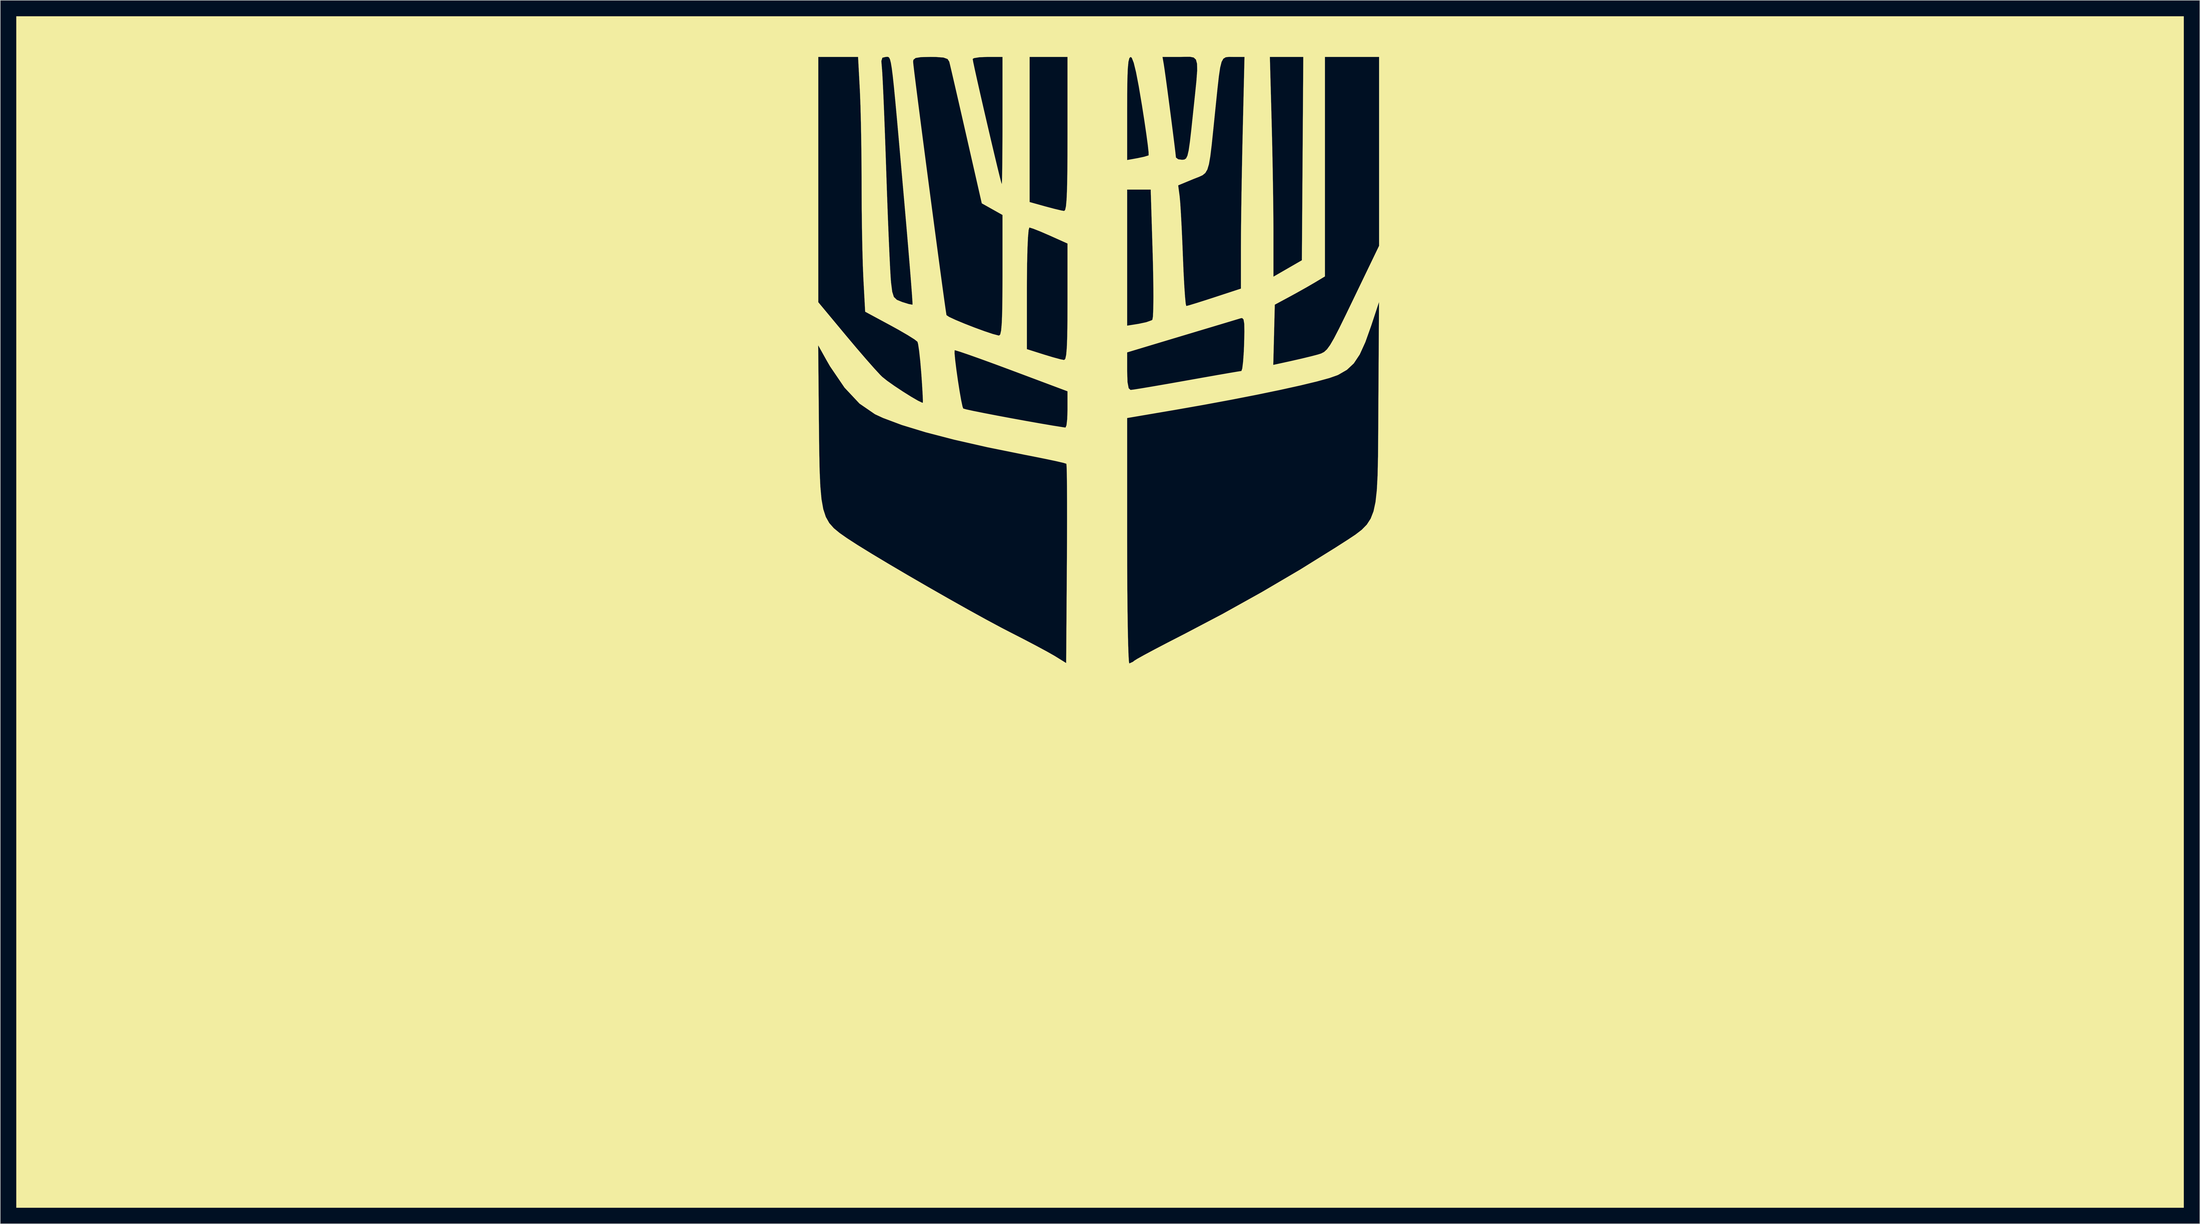
<source format=kicad_pcb>
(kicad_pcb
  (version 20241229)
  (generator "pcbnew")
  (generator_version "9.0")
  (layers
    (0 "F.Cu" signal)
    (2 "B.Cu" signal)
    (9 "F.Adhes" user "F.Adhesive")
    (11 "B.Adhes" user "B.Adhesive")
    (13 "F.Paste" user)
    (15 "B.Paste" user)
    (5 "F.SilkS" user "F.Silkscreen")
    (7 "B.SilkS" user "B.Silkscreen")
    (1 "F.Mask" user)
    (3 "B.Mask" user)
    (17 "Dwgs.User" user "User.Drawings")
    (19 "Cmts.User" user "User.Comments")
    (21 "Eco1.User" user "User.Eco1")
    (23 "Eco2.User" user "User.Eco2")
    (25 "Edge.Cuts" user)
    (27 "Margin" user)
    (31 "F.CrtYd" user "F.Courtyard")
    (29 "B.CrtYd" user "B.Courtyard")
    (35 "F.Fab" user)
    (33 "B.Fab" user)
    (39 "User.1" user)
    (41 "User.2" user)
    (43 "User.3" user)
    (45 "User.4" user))
  (footprint "logo"
    (layer "F.Cu")
    (at 203.205 111.765)
    (property "Reference" "logo" (at 0 0 0) (layer "F.SilkS") (effects (font (size 1.524 1.524) (thickness 0.3))))
    (attr through_hole)
    (fp_poly (pts (xy 203.2 111.76) (xy -203.2 111.76) (xy -203.2 -50.038) (xy -52.847 -50.038) (xy -52.712 -35.306) (xy -52.661 -30.544) (xy -52.582 -26.68) (xy -52.447 -23.596) (xy -52.227 -21.172) (xy -51.893 -19.291) (xy -51.415 -17.834) (xy -50.764 -16.682) (xy -49.911 -15.719) (xy -48.828 -14.824) (xy -47.483 -13.88) (xy -47.424 -13.84) (xy -45.489 -12.586) (xy -42.833 -10.947) (xy -39.625 -9.022) (xy -36.039 -6.91) (xy -32.244 -4.711) (xy -28.413 -2.522) (xy -24.718 -0.443) (xy -21.328 1.427) (xy -18.417 2.989) (xy -16.891 3.778) (xy -14.358 5.076) (xy -11.973 6.328) (xy -9.97 7.409) (xy -8.587 8.192) (xy -8.382 8.316) (xy -6.35 9.577) (xy -6.217 -9.006) (xy -6.192 -13.249) (xy -6.181 -17.164) (xy -6.183 -20.636) (xy -6.198 -23.552) (xy -6.224 -25.796) (xy -6.262 -27.255) (xy -6.31 -27.815) (xy -6.311 -27.816) (xy -6.864 -27.986) (xy -8.236 -28.304) (xy -10.249 -28.73) (xy -12.723 -29.226) (xy -14.064 -29.487) (xy -21.107 -30.912) (xy -27.334 -32.328) (xy -32.702 -33.724) (xy -37.168 -35.087) (xy -40.686 -36.406) (xy -42.197 -37.105) (xy -45.098 -39.1) (xy -47.906 -42.093) (xy -50.625 -46.09) (xy -51.319 -47.297) (xy -52.847 -50.038) (xy -203.2 -50.038) (xy -203.2 -104.14) (xy -52.832 -104.14) (xy -52.832 -58.123) (xy -47.57 -51.795) (xy -45.668 -49.532) (xy -43.876 -47.448) (xy -42.345 -45.713) (xy -41.226 -44.499) (xy -40.839 -44.116) (xy -39.908 -43.371) (xy -38.542 -42.404) (xy -36.972 -41.363) (xy -35.43 -40.396) (xy -34.148 -39.649) (xy -33.356 -39.27) (xy -33.22 -39.261) (xy -33.213 -39.779) (xy -33.273 -41.098) (xy -33.388 -43.002) (xy -33.512 -44.774) (xy -33.703 -47.046) (xy -33.867 -48.55) (xy -27.28 -48.55) (xy -27.16 -47.247) (xy -26.938 -45.456) (xy -26.652 -43.434) (xy -26.339 -41.438) (xy -26.038 -39.724) (xy -25.787 -38.547) (xy -25.651 -38.171) (xy -25.108 -38.014) (xy -23.749 -37.718) (xy -21.759 -37.319) (xy -19.325 -36.849) (xy -16.631 -36.345) (xy -13.863 -35.84) (xy -11.205 -35.369) (xy -8.845 -34.967) (xy -6.966 -34.668) (xy -6.477 -34.597) (xy -6.287 -35.033) (xy -6.15 -36.229) (xy -6.145 -36.395) (xy 5.08 -36.395) (xy 5.08 -13.371) (xy 5.089 -8.645) (xy 5.113 -4.245) (xy 5.153 -0.272) (xy 5.204 3.171) (xy 5.267 5.985) (xy 5.339 8.067) (xy 5.417 9.318) (xy 5.486 9.652) (xy 6.181 9.337) (xy 6.381 9.163) (xy 6.969 8.791) (xy 8.316 8.041) (xy 10.276 6.992) (xy 12.701 5.724) (xy 15.443 4.315) (xy 15.754 4.157) (xy 22.95 0.373) (xy 30.325 -3.735) (xy 37.51 -7.956) (xy 44.132 -12.077) (xy 44.606 -12.382) (xy 46.395 -13.528) (xy 47.873 -14.508) (xy 49.07 -15.427) (xy 50.016 -16.394) (xy 50.742 -17.514) (xy 51.278 -18.893) (xy 51.653 -20.64) (xy 51.898 -22.859) (xy 52.044 -25.658) (xy 52.121 -29.143) (xy 52.158 -33.421) (xy 52.187 -38.599) (xy 52.19 -39.116) (xy 52.31 -58.166) (xy 50.86 -53.762) (xy 49.745 -50.628) (xy 48.693 -48.314) (xy 47.581 -46.643) (xy 46.289 -45.435) (xy 44.695 -44.514) (xy 44.495 -44.422) (xy 43.038 -43.908) (xy 40.689 -43.262) (xy 37.557 -42.507) (xy 33.755 -41.667) (xy 29.392 -40.764) (xy 24.58 -39.823) (xy 19.43 -38.868) (xy 14.052 -37.921) (xy 13.335 -37.799) (xy 5.08 -36.395) (xy -6.145 -36.395) (xy -6.096 -37.928) (xy -6.096 -37.977) (xy -6.096 -41.409) (xy -16.593 -45.344) (xy -19.648 -46.479) (xy -22.369 -47.471) (xy -24.617 -48.27) (xy -26.254 -48.828) (xy -27.142 -49.096) (xy -27.261 -49.109) (xy -27.28 -48.55) (xy -33.867 -48.55) (xy -33.911 -48.953) (xy -34.107 -50.258) (xy -34.229 -50.702) (xy -34.788 -51.147) (xy -36.045 -51.94) (xy -37.796 -52.956) (xy -39.295 -53.781) (xy -44.037 -56.338) (xy -44.371 -62.539) (xy -44.472 -64.973) (xy -44.561 -68.157) (xy -44.633 -71.825) (xy -44.682 -75.712) (xy -44.703 -79.552) (xy -44.704 -80.264) (xy -44.72 -84.062) (xy -44.764 -87.956) (xy -44.831 -91.681) (xy -44.917 -94.972) (xy -45.016 -97.564) (xy -45.036 -97.964) (xy -45.326 -103.36) (xy -41.006 -103.36) (xy -40.914 -102.235) (xy -40.84 -101.287) (xy -40.74 -99.454) (xy -40.62 -96.87) (xy -40.486 -93.667) (xy -40.344 -89.975) (xy -40.198 -85.927) (xy -40.084 -82.55) (xy -39.937 -78.252) (xy -39.785 -74.153) (xy -39.633 -70.395) (xy -39.489 -67.119) (xy -39.359 -64.469) (xy -39.248 -62.586) (xy -39.181 -61.766) (xy -38.965 -60.076) (xy -38.659 -59.105) (xy -38.095 -58.563) (xy -37.103 -58.157) (xy -37.084 -58.151) (xy -35.893 -57.783) (xy -35.205 -57.65) (xy -35.158 -57.662) (xy -35.168 -58.178) (xy -35.261 -59.598) (xy -35.428 -61.813) (xy -35.66 -64.717) (xy -35.948 -68.201) (xy -36.284 -72.157) (xy -36.659 -76.478) (xy -36.797 -78.042) (xy -37.309 -83.855) (xy -37.74 -88.736) (xy -38.101 -92.768) (xy -38.401 -96.031) (xy -38.652 -98.606) (xy -38.863 -100.573) (xy -39.046 -102.015) (xy -39.211 -103.01) (xy -39.271 -103.251) (xy -35.053 -103.251) (xy -34.988 -102.598) (xy -34.805 -101.065) (xy -34.518 -98.772) (xy -34.146 -95.844) (xy -33.703 -92.403) (xy -33.206 -88.572) (xy -32.671 -84.474) (xy -32.114 -80.231) (xy -31.551 -75.966) (xy -30.999 -71.802) (xy -30.474 -67.862) (xy -29.992 -64.268) (xy -29.568 -61.144) (xy -29.22 -58.612) (xy -28.963 -56.795) (xy -28.814 -55.815) (xy -28.789 -55.687) (xy -28.296 -55.357) (xy -27.09 -54.795) (xy -25.42 -54.098) (xy -23.533 -53.361) (xy -21.679 -52.682) (xy -20.105 -52.156) (xy -19.061 -51.88) (xy -18.923 -51.863) (xy -18.707 -52.075) (xy -18.542 -52.813) (xy -18.424 -54.173) (xy -18.345 -56.253) (xy -18.302 -59.15) (xy -18.296 -60.724) (xy -13.716 -60.724) (xy -13.716 -49.313) (xy -10.541 -48.307) (xy -8.808 -47.783) (xy -7.421 -47.409) (xy -6.731 -47.273) (xy -6.511 -47.494) (xy -6.345 -48.248) (xy -6.306 -48.707) (xy 5.08 -48.707) (xy 5.08 -45.181) (xy 5.149 -43.126) (xy 5.366 -41.984) (xy 5.715 -41.658) (xy 6.392 -41.744) (xy 7.904 -41.985) (xy 10.09 -42.353) (xy 12.785 -42.819) (xy 15.826 -43.357) (xy 16.256 -43.434) (xy 19.308 -43.978) (xy 22.014 -44.455) (xy 24.216 -44.837) (xy 25.758 -45.097) (xy 26.481 -45.208) (xy 26.509 -45.21) (xy 26.67 -45.683) (xy 26.753 -46.357) (xy 32.48 -46.357) (xy 35.671 -47.054) (xy 37.73 -47.522) (xy 39.708 -48.003) (xy 40.807 -48.292) (xy 41.457 -48.495) (xy 42.011 -48.782) (xy 42.547 -49.274) (xy 43.141 -50.089) (xy 43.871 -51.348) (xy 44.813 -53.17) (xy 46.044 -55.676) (xy 47.538 -58.77) (xy 52.324 -68.707) (xy 52.324 -104.14) (xy 42.164 -104.14) (xy 42.164 -62.958) (xy 40.292 -61.832) (xy 38.779 -60.952) (xy 36.874 -59.883) (xy 35.593 -59.182) (xy 32.766 -57.658) (xy 32.623 -52.007) (xy 32.48 -46.357) (xy 26.753 -46.357) (xy 26.826 -46.957) (xy 26.956 -48.815) (xy 27.017 -50.287) (xy 27.071 -52.615) (xy 27.041 -54.092) (xy 26.907 -54.883) (xy 26.648 -55.151) (xy 26.416 -55.126) (xy 25.655 -54.895) (xy 24.137 -54.437) (xy 22.078 -53.818) (xy 19.694 -53.103) (xy 19.558 -53.062) (xy 16.7 -52.204) (xy 13.705 -51.305) (xy 10.973 -50.483) (xy 9.271 -49.971) (xy 5.08 -48.707) (xy -6.306 -48.707) (xy -6.226 -49.632) (xy -6.149 -51.744) (xy -6.107 -54.683) (xy -6.096 -58.187) (xy -6.096 -69.13) (xy -9.445 -70.633) (xy -11.152 -71.372) (xy -12.505 -71.908) (xy -13.232 -72.135) (xy -13.255 -72.136) (xy -13.394 -71.649) (xy -13.514 -70.276) (xy -13.61 -68.143) (xy -13.679 -65.381) (xy -13.713 -62.116) (xy -13.716 -60.724) (xy -18.296 -60.724) (xy -18.288 -62.961) (xy -18.288 -63.152) (xy -18.288 -74.489) (xy -20.229 -75.58) (xy -22.17 -76.671) (xy -25.097 -89.516) (xy -25.898 -93.026) (xy -26.635 -96.239) (xy -27.274 -99.013) (xy -27.782 -101.205) (xy -28.128 -102.673) (xy -28.27 -103.251) (xy -28.589 -103.748) (xy -28.62 -103.759) (xy -23.882 -103.759) (xy -23.776 -103.15) (xy -23.477 -101.743) (xy -23.025 -99.703) (xy -22.458 -97.196) (xy -21.815 -94.389) (xy -21.134 -91.449) (xy -20.455 -88.54) (xy -19.814 -85.829) (xy -19.252 -83.482) (xy -18.807 -81.666) (xy -18.516 -80.547) (xy -18.423 -80.264) (xy -18.385 -80.749) (xy -18.351 -82.109) (xy -18.323 -84.205) (xy -18.302 -86.895) (xy -18.29 -90.041) (xy -18.288 -92.202) (xy -18.288 -104.14) (xy -13.208 -104.14) (xy -13.208 -76.909) (xy -10.287 -76.095) (xy -8.61 -75.649) (xy -7.288 -75.333) (xy -6.731 -75.233) (xy -6.538 -75.435) (xy -6.385 -76.132) (xy -6.27 -77.412) (xy -6.192 -79.248) (xy 5.08 -79.248) (xy 5.08 -53.718) (xy 7.239 -54.063) (xy 8.67 -54.368) (xy 9.655 -54.717) (xy 9.818 -54.827) (xy 9.921 -55.433) (xy 9.985 -56.908) (xy 10.008 -59.106) (xy 9.99 -61.88) (xy 9.93 -65.083) (xy 9.871 -67.247) (xy 9.503 -79.248) (xy 5.08 -79.248) (xy -6.192 -79.248) (xy -6.187 -79.364) (xy -6.173 -80.043) (xy 14.65 -80.043) (xy 14.923 -77.994) (xy 15.03 -76.824) (xy 15.158 -74.847) (xy 15.296 -72.273) (xy 15.432 -69.312) (xy 15.537 -66.675) (xy 15.66 -63.733) (xy 15.796 -61.176) (xy 15.934 -59.163) (xy 16.062 -57.853) (xy 16.168 -57.404) (xy 16.743 -57.553) (xy 18.065 -57.955) (xy 19.918 -58.543) (xy 21.437 -59.036) (xy 26.416 -60.668) (xy 26.417 -68.307) (xy 26.43 -70.97) (xy 26.467 -74.407) (xy 26.524 -78.378) (xy 26.598 -82.641) (xy 26.683 -86.954) (xy 26.753 -90.043) (xy 27.087 -104.14) (xy 24.983 -104.14) (xy 24.983 -104.14) (xy 31.841 -104.14) (xy 32.177 -91.866) (xy 32.277 -87.794) (xy 32.366 -83.472) (xy 32.438 -79.197) (xy 32.488 -75.265) (xy 32.511 -71.974) (xy 32.512 -71.25) (xy 32.512 -62.908) (xy 37.846 -65.987) (xy 37.979 -85.064) (xy 38.112 -104.14) (xy 31.841 -104.14) (xy 24.983 -104.14) (xy 24.178 -104.147) (xy 23.573 -104.081) (xy 23.125 -103.81) (xy 22.788 -103.205) (xy 22.519 -102.133) (xy 22.273 -100.465) (xy 22.005 -98.07) (xy 21.671 -94.816) (xy 21.611 -94.234) (xy 21.231 -90.491) (xy 20.933 -87.626) (xy 20.676 -85.511) (xy 20.419 -84.015) (xy 20.12 -83.01) (xy 19.737 -82.365) (xy 19.231 -81.951) (xy 18.559 -81.638) (xy 17.681 -81.297) (xy 17.459 -81.208) (xy 14.65 -80.043) (xy -6.173 -80.043) (xy -6.133 -82.076) (xy -6.104 -85.636) (xy -6.096 -89.662) (xy -6.096 -94.465) (xy 5.08 -94.465) (xy 5.08 -84.79) (xy 6.985 -85.134) (xy 8.271 -85.405) (xy 9.049 -85.64) (xy 9.115 -85.678) (xy 9.109 -86.219) (xy 8.959 -87.6) (xy 8.683 -89.66) (xy 8.305 -92.236) (xy 7.872 -95.009) (xy 7.264 -98.619) (xy 6.752 -101.276) (xy 6.321 -103.037) (xy 5.959 -103.961) (xy 5.742 -104.14) (xy 11.709 -104.14) (xy 11.95 -102.743) (xy 12.101 -101.742) (xy 12.341 -100.026) (xy 12.642 -97.8) (xy 12.976 -95.274) (xy 13.318 -92.653) (xy 13.64 -90.145) (xy 13.915 -87.957) (xy 14.117 -86.297) (xy 14.217 -85.371) (xy 14.224 -85.265) (xy 14.655 -84.931) (xy 15.379 -84.836) (xy 15.806 -84.876) (xy 16.133 -85.09) (xy 16.394 -85.621) (xy 16.623 -86.61) (xy 16.854 -88.2) (xy 17.122 -90.532) (xy 17.418 -93.345) (xy 17.797 -96.928) (xy 18.072 -99.622) (xy 18.214 -101.555) (xy 18.195 -102.849) (xy 17.987 -103.631) (xy 17.563 -104.027) (xy 16.894 -104.16) (xy 15.952 -104.157) (xy 14.999 -104.14) (xy 11.709 -104.14) (xy 5.742 -104.14) (xy 5.503 -103.933) (xy 5.325 -103.237) (xy 5.202 -101.941) (xy 5.125 -99.934) (xy 5.087 -97.104) (xy 5.08 -94.465) (xy -6.096 -94.465) (xy -6.096 -104.14) (xy -13.208 -104.14) (xy -18.288 -104.14) (xy -21.082 -104.14) (xy -22.614 -104.077) (xy -23.631 -103.916) (xy -23.882 -103.759) (xy -28.62 -103.759) (xy -29.351 -104.021) (xy -30.785 -104.13) (xy -31.784 -104.14) (xy -33.579 -104.1) (xy -34.576 -103.942) (xy -34.992 -103.606) (xy -35.053 -103.251) (xy -39.271 -103.251) (xy -39.368 -103.642) (xy -39.529 -103.99) (xy -39.702 -104.135) (xy -39.9 -104.158) (xy -40.132 -104.141) (xy -40.188 -104.14) (xy -40.811 -103.991) (xy -41.006 -103.36) (xy -45.326 -103.36) (xy -45.368 -104.14) (xy -52.832 -104.14) (xy -203.2 -104.14) (xy -203.2 -111.76) (xy 203.2 -111.76) (xy 203.2 111.76)) (stroke (width 0.01) (type solid)) (fill yes) (layer "F.SilkS")))
  (gr_rect
    (start -3 -3)
    (end 409.41 226.53)
    (stroke (width 0.1) (type default))
    (fill no)
    (layer "Edge.Cuts")))
</source>
